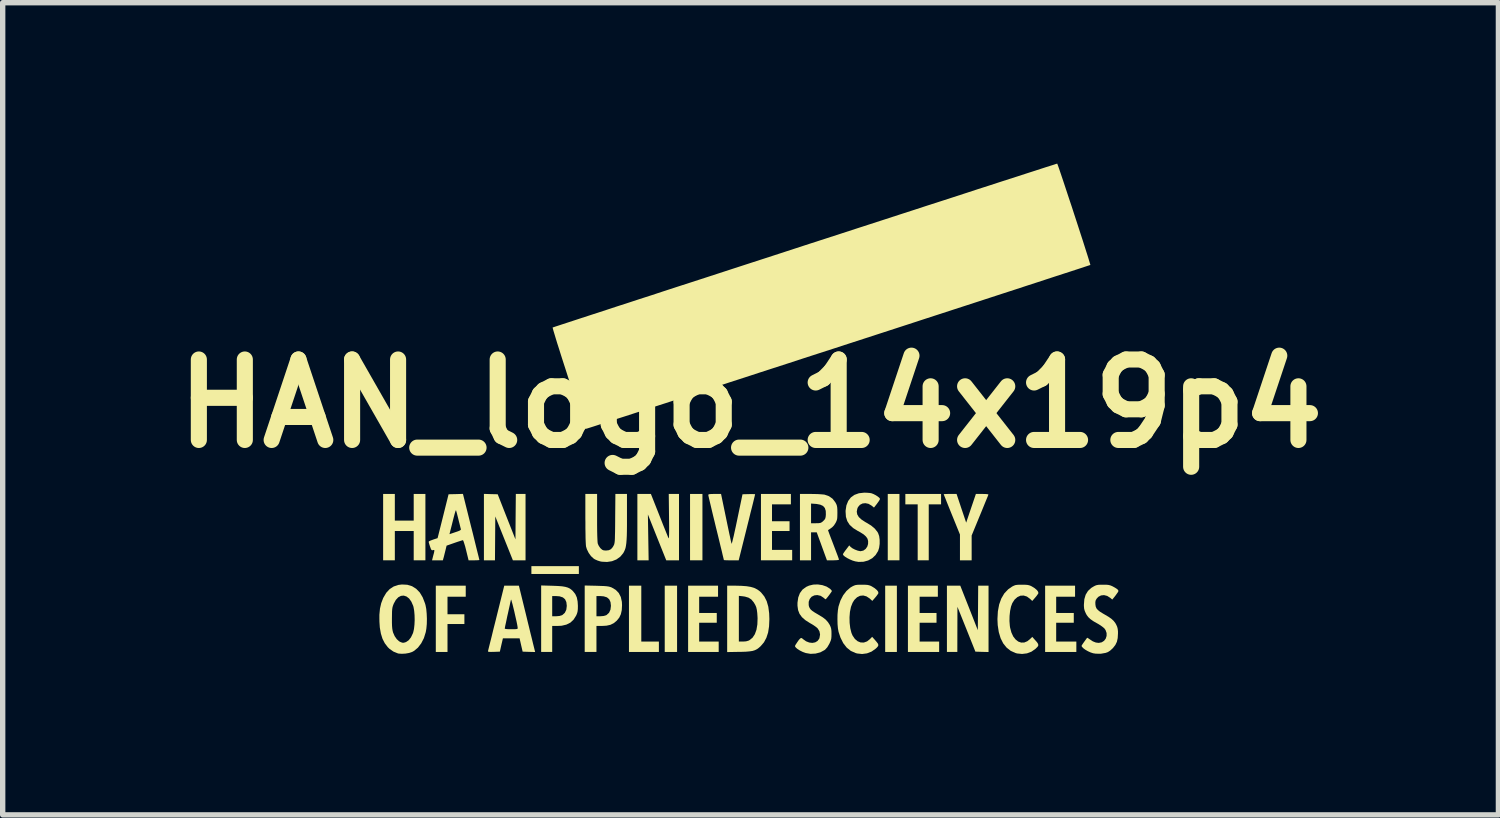
<source format=kicad_pcb>
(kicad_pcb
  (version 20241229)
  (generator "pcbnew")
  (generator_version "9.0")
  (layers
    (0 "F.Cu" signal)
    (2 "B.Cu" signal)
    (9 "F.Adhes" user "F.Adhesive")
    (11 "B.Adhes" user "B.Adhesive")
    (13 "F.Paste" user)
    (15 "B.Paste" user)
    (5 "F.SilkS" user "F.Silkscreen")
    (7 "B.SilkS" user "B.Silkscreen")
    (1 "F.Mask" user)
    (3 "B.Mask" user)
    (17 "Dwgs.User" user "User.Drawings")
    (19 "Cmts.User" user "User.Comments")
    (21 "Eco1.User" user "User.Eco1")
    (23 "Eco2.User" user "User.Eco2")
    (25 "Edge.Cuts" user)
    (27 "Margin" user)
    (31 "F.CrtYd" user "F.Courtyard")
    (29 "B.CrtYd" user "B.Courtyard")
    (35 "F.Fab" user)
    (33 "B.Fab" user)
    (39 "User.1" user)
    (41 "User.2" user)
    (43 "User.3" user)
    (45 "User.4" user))
  (footprint "HAN_logo_14x19p4"
    (layer "F.Cu")
    (at 10.943 4.474)
    (property "Reference" "HAN_logo_14x19p4" (at 0 0 0) (layer "F.SilkS") (effects (font (size 1.5 1.5) (thickness 0.3))))
    (attr board_only exclude_from_pos_files exclude_from_bom)
    (fp_poly (pts (xy -3.201 3.104) (xy -3.201 3.177) (xy -3.643 3.177) (xy -4.086 3.177) (xy -4.086 3.104) (xy -4.086 3.031) (xy -3.643 3.031) (xy -3.201 3.031)) (stroke (width 0) (type solid)) (fill yes) (layer "F.SilkS"))
    (fp_poly (pts (xy -1.37 4.013) (xy -1.37 4.631) (xy -1.485 4.631) (xy -1.6 4.631) (xy -1.6 4.013) (xy -1.6 3.395) (xy -1.485 3.395) (xy -1.37 3.395)) (stroke (width 0) (type solid)) (fill yes) (layer "F.SilkS"))
    (fp_poly (pts (xy -0.897 2.304) (xy -0.897 2.922) (xy -1.012 2.922) (xy -1.128 2.922) (xy -1.128 2.304) (xy -1.128 1.685) (xy -1.012 1.685) (xy -0.897 1.685)) (stroke (width 0) (type solid)) (fill yes) (layer "F.SilkS"))
    (fp_poly (pts (xy 2.728 4.013) (xy 2.728 4.631) (xy 2.619 4.631) (xy 2.51 4.631) (xy 2.51 4.013) (xy 2.51 3.395) (xy 2.619 3.395) (xy 2.728 3.395)) (stroke (width 0) (type solid)) (fill yes) (layer "F.SilkS"))
    (fp_poly (pts (xy 2.776 2.304) (xy 2.776 2.922) (xy 2.667 2.922) (xy 2.558 2.922) (xy 2.558 2.304) (xy 2.558 1.685) (xy 2.667 1.685) (xy 2.776 1.685)) (stroke (width 0) (type solid)) (fill yes) (layer "F.SilkS"))
    (fp_poly (pts (xy -2.037 3.916) (xy -2.037 4.437) (xy -1.873 4.437) (xy -1.709 4.437) (xy -1.709 4.534) (xy -1.709 4.631) (xy -1.988 4.631) (xy -2.267 4.631) (xy -2.267 4.013) (xy -2.267 3.395) (xy -2.152 3.395) (xy -2.037 3.395)) (stroke (width 0) (type solid)) (fill yes) (layer "F.SilkS"))
    (fp_poly (pts (xy 3.552 1.782) (xy 3.552 1.879) (xy 3.437 1.879) (xy 3.322 1.879) (xy 3.322 2.401) (xy 3.322 2.922) (xy 3.219 2.922) (xy 3.116 2.922) (xy 3.116 2.401) (xy 3.116 1.879) (xy 3.001 1.879) (xy 2.886 1.879) (xy 2.886 1.782) (xy 2.886 1.685) (xy 3.219 1.685) (xy 3.552 1.685)) (stroke (width 0) (type solid)) (fill yes) (layer "F.SilkS"))
    (fp_poly (pts (xy -5.31 3.498) (xy -5.31 3.601) (xy -5.48 3.601) (xy -5.65 3.601) (xy -5.65 3.765) (xy -5.65 3.928) (xy -5.492 3.928) (xy -5.335 3.928) (xy -5.335 4.019) (xy -5.335 4.11) (xy -5.492 4.11) (xy -5.65 4.11) (xy -5.65 4.371) (xy -5.65 4.631) (xy -5.759 4.631) (xy -5.868 4.631) (xy -5.868 4.013) (xy -5.868 3.395) (xy -5.589 3.395) (xy -5.31 3.395)) (stroke (width 0) (type solid)) (fill yes) (layer "F.SilkS"))
    (fp_poly (pts (xy -4.843 1.688) (xy -4.714 1.691) (xy -4.549 2.112) (xy -4.383 2.532) (xy -4.38 2.109) (xy -4.376 1.685) (xy -4.286 1.685) (xy -4.195 1.685) (xy -4.195 2.304) (xy -4.195 2.922) (xy -4.313 2.922) (xy -4.431 2.922) (xy -4.595 2.513) (xy -4.759 2.104) (xy -4.762 2.513) (xy -4.765 2.922) (xy -4.868 2.922) (xy -4.971 2.922) (xy -4.971 2.303) (xy -4.971 1.684)) (stroke (width 0) (type solid)) (fill yes) (layer "F.SilkS"))
    (fp_poly (pts (xy 4.437 4.014) (xy 4.437 4.632) (xy 4.315 4.629) (xy 4.192 4.625) (xy 4.025 4.207) (xy 3.857 3.789) (xy 3.856 4.21) (xy 3.855 4.631) (xy 3.758 4.631) (xy 3.661 4.631) (xy 3.661 4.013) (xy 3.661 3.395) (xy 3.786 3.395) (xy 3.91 3.395) (xy 4.074 3.81) (xy 4.237 4.225) (xy 4.241 3.81) (xy 4.244 3.395) (xy 4.341 3.395) (xy 4.437 3.395)) (stroke (width 0) (type solid)) (fill yes) (layer "F.SilkS"))
    (fp_poly (pts (xy -6.632 1.934) (xy -6.632 2.182) (xy -6.456 2.182) (xy -6.28 2.182) (xy -6.28 1.934) (xy -6.28 1.685) (xy -6.171 1.685) (xy -6.062 1.685) (xy -6.062 2.304) (xy -6.062 2.922) (xy -6.171 2.922) (xy -6.28 2.922) (xy -6.28 2.649) (xy -6.28 2.376) (xy -6.456 2.376) (xy -6.632 2.376) (xy -6.632 2.649) (xy -6.632 2.922) (xy -6.741 2.922) (xy -6.85 2.922) (xy -6.85 2.304) (xy -6.85 1.685) (xy -6.741 1.685) (xy -6.632 1.685)) (stroke (width 0) (type solid)) (fill yes) (layer "F.SilkS"))
    (fp_poly (pts (xy -0.606 3.498) (xy -0.606 3.601) (xy -0.782 3.601) (xy -0.958 3.601) (xy -0.958 3.752) (xy -0.958 3.904) (xy -0.794 3.904) (xy -0.63 3.904) (xy -0.63 3.995) (xy -0.63 4.086) (xy -0.794 4.086) (xy -0.958 4.086) (xy -0.958 4.262) (xy -0.958 4.437) (xy -0.776 4.437) (xy -0.594 4.437) (xy -0.594 4.534) (xy -0.594 4.631) (xy -0.879 4.631) (xy -1.164 4.631) (xy -1.164 4.013) (xy -1.164 3.395) (xy -0.885 3.395) (xy -0.606 3.395)) (stroke (width 0) (type solid)) (fill yes) (layer "F.SilkS"))
    (fp_poly (pts (xy 0.752 1.782) (xy 0.752 1.879) (xy 0.576 1.879) (xy 0.4 1.879) (xy 0.4 2.037) (xy 0.4 2.194) (xy 0.564 2.194) (xy 0.727 2.194) (xy 0.727 2.285) (xy 0.727 2.376) (xy 0.564 2.376) (xy 0.4 2.376) (xy 0.4 2.552) (xy 0.4 2.728) (xy 0.588 2.728) (xy 0.776 2.728) (xy 0.776 2.825) (xy 0.776 2.922) (xy 0.485 2.922) (xy 0.194 2.922) (xy 0.194 2.304) (xy 0.194 1.685) (xy 0.473 1.685) (xy 0.752 1.685)) (stroke (width 0) (type solid)) (fill yes) (layer "F.SilkS"))
    (fp_poly (pts (xy 3.492 3.498) (xy 3.492 3.601) (xy 3.322 3.601) (xy 3.152 3.601) (xy 3.152 3.752) (xy 3.152 3.904) (xy 3.31 3.904) (xy 3.467 3.904) (xy 3.467 3.995) (xy 3.467 4.086) (xy 3.31 4.086) (xy 3.152 4.086) (xy 3.152 4.262) (xy 3.152 4.437) (xy 3.334 4.437) (xy 3.516 4.437) (xy 3.516 4.534) (xy 3.516 4.631) (xy 3.225 4.631) (xy 2.934 4.631) (xy 2.934 4.013) (xy 2.934 3.395) (xy 3.213 3.395) (xy 3.492 3.395)) (stroke (width 0) (type solid)) (fill yes) (layer "F.SilkS"))
    (fp_poly (pts (xy 6.05 3.498) (xy 6.05 3.601) (xy 5.874 3.601) (xy 5.698 3.601) (xy 5.698 3.752) (xy 5.698 3.904) (xy 5.862 3.904) (xy 6.026 3.904) (xy 6.026 3.995) (xy 6.026 4.086) (xy 5.862 4.086) (xy 5.698 4.086) (xy 5.698 4.262) (xy 5.698 4.437) (xy 5.886 4.437) (xy 6.074 4.437) (xy 6.074 4.534) (xy 6.074 4.631) (xy 5.783 4.631) (xy 5.492 4.631) (xy 5.492 4.013) (xy 5.492 3.395) (xy 5.771 3.395) (xy 6.05 3.395)) (stroke (width 0) (type solid)) (fill yes) (layer "F.SilkS"))
    (fp_poly (pts (xy -1.703 2.076) (xy -1.666 2.17) (xy -1.632 2.257) (xy -1.6 2.336) (xy -1.573 2.403) (xy -1.552 2.455) (xy -1.538 2.49) (xy -1.532 2.504) (xy -1.528 2.511) (xy -1.524 2.509) (xy -1.522 2.497) (xy -1.52 2.472) (xy -1.519 2.433) (xy -1.518 2.377) (xy -1.518 2.302) (xy -1.519 2.207) (xy -1.52 2.113) (xy -1.525 1.685) (xy -1.429 1.685) (xy -1.334 1.685) (xy -1.334 2.304) (xy -1.334 2.922) (xy -1.453 2.922) (xy -1.572 2.922) (xy -1.743 2.495) (xy -1.914 2.067) (xy -1.907 2.495) (xy -1.9 2.922) (xy -2.005 2.922) (xy -2.11 2.922) (xy -2.11 2.304) (xy -2.11 1.685) (xy -1.984 1.685) (xy -1.858 1.685)) (stroke (width 0) (type solid)) (fill yes) (layer "F.SilkS"))
    (fp_poly (pts (xy 3.93 1.953) (xy 4.02 2.22) (xy 4.11 1.953) (xy 4.201 1.685) (xy 4.321 1.685) (xy 4.378 1.686) (xy 4.413 1.689) (xy 4.431 1.693) (xy 4.434 1.7) (xy 4.428 1.715) (xy 4.414 1.749) (xy 4.393 1.8) (xy 4.366 1.866) (xy 4.335 1.942) (xy 4.3 2.028) (xy 4.275 2.088) (xy 4.122 2.46) (xy 4.122 2.691) (xy 4.122 2.922) (xy 4.013 2.922) (xy 3.904 2.922) (xy 3.904 2.682) (xy 3.904 2.441) (xy 3.752 2.067) (xy 3.716 1.978) (xy 3.683 1.896) (xy 3.654 1.824) (xy 3.631 1.765) (xy 3.613 1.721) (xy 3.603 1.695) (xy 3.601 1.689) (xy 3.612 1.688) (xy 3.642 1.686) (xy 3.687 1.685) (xy 3.721 1.685) (xy 3.841 1.685)) (stroke (width 0) (type solid)) (fill yes) (layer "F.SilkS"))
    (fp_poly (pts (xy -3.689 3.397) (xy -3.591 3.401) (xy -3.514 3.407) (xy -3.454 3.417) (xy -3.406 3.431) (xy -3.367 3.45) (xy -3.333 3.476) (xy -3.312 3.496) (xy -3.268 3.551) (xy -3.239 3.614) (xy -3.224 3.69) (xy -3.219 3.771) (xy -3.22 3.829) (xy -3.224 3.871) (xy -3.232 3.904) (xy -3.245 3.938) (xy -3.253 3.955) (xy -3.3 4.029) (xy -3.359 4.084) (xy -3.433 4.121) (xy -3.522 4.142) (xy -3.603 4.146) (xy -3.698 4.146) (xy -3.698 4.389) (xy -3.698 4.631) (xy -3.801 4.631) (xy -3.904 4.631) (xy -3.904 4.011) (xy -3.904 3.589) (xy -3.698 3.589) (xy -3.698 3.777) (xy -3.698 3.965) (xy -3.622 3.965) (xy -3.563 3.96) (xy -3.519 3.947) (xy -3.507 3.941) (xy -3.462 3.9) (xy -3.435 3.843) (xy -3.426 3.771) (xy -3.434 3.701) (xy -3.458 3.649) (xy -3.499 3.614) (xy -3.559 3.594) (xy -3.624 3.589) (xy -3.698 3.589) (xy -3.904 3.589) (xy -3.904 3.391)) (stroke (width 0) (type solid)) (fill yes) (layer "F.SilkS"))
    (fp_poly (pts (xy -2.87 3.397) (xy -2.789 3.4) (xy -2.728 3.402) (xy -2.682 3.406) (xy -2.647 3.411) (xy -2.619 3.418) (xy -2.594 3.427) (xy -2.587 3.43) (xy -2.513 3.474) (xy -2.457 3.532) (xy -2.419 3.606) (xy -2.399 3.696) (xy -2.396 3.758) (xy -2.401 3.851) (xy -2.418 3.927) (xy -2.448 3.991) (xy -2.495 4.048) (xy -2.498 4.051) (xy -2.552 4.095) (xy -2.613 4.125) (xy -2.686 4.141) (xy -2.776 4.146) (xy -2.779 4.146) (xy -2.873 4.146) (xy -2.873 4.389) (xy -2.873 4.631) (xy -2.983 4.631) (xy -3.092 4.631) (xy -3.092 4.011) (xy -3.092 3.589) (xy -2.873 3.589) (xy -2.873 3.777) (xy -2.873 3.965) (xy -2.798 3.965) (xy -2.738 3.96) (xy -2.694 3.947) (xy -2.683 3.941) (xy -2.638 3.9) (xy -2.612 3.843) (xy -2.603 3.77) (xy -2.611 3.701) (xy -2.635 3.649) (xy -2.677 3.613) (xy -2.737 3.594) (xy -2.799 3.589) (xy -2.873 3.589) (xy -3.092 3.589) (xy -3.092 3.392)) (stroke (width 0) (type solid)) (fill yes) (layer "F.SilkS"))
    (fp_poly (pts (xy -0.288 3.395) (xy -0.171 3.398) (xy -0.075 3.405) (xy 0.004 3.418) (xy 0.07 3.438) (xy 0.126 3.466) (xy 0.175 3.502) (xy 0.198 3.524) (xy 0.257 3.597) (xy 0.301 3.684) (xy 0.331 3.788) (xy 0.347 3.91) (xy 0.351 4.019) (xy 0.345 4.154) (xy 0.327 4.269) (xy 0.295 4.367) (xy 0.25 4.451) (xy 0.192 4.519) (xy 0.155 4.553) (xy 0.119 4.579) (xy 0.081 4.598) (xy 0.036 4.612) (xy -0.019 4.62) (xy -0.088 4.626) (xy -0.177 4.629) (xy -0.209 4.629) (xy -0.436 4.633) (xy -0.436 4.014) (xy -0.436 3.585) (xy -0.218 3.585) (xy -0.218 4.011) (xy -0.218 4.437) (xy -0.142 4.437) (xy -0.084 4.433) (xy -0.038 4.42) (xy -0.019 4.41) (xy 0.037 4.365) (xy 0.08 4.3) (xy 0.11 4.217) (xy 0.127 4.117) (xy 0.131 4.001) (xy 0.13 3.983) (xy 0.125 3.904) (xy 0.117 3.844) (xy 0.106 3.796) (xy 0.088 3.754) (xy 0.063 3.712) (xy 0.057 3.703) (xy 0.014 3.652) (xy -0.037 3.619) (xy -0.103 3.599) (xy -0.143 3.593) (xy -0.218 3.585) (xy -0.436 3.585) (xy -0.436 3.395)) (stroke (width 0) (type solid)) (fill yes) (layer "F.SilkS"))
    (fp_poly (pts (xy -0.455 2.143) (xy -0.434 2.245) (xy -0.414 2.34) (xy -0.396 2.426) (xy -0.38 2.498) (xy -0.368 2.556) (xy -0.358 2.595) (xy -0.353 2.614) (xy -0.353 2.615) (xy -0.349 2.607) (xy -0.341 2.578) (xy -0.329 2.529) (xy -0.313 2.464) (xy -0.296 2.385) (xy -0.276 2.295) (xy -0.255 2.195) (xy -0.248 2.161) (xy -0.15 1.691) (xy -0.033 1.688) (xy 0.017 1.687) (xy 0.057 1.688) (xy 0.08 1.689) (xy 0.085 1.691) (xy 0.082 1.704) (xy 0.074 1.738) (xy 0.061 1.791) (xy 0.044 1.861) (xy 0.023 1.945) (xy -0.002 2.042) (xy -0.028 2.15) (xy -0.057 2.265) (xy -0.068 2.31) (xy -0.221 2.922) (xy -0.359 2.922) (xy -0.414 2.922) (xy -0.458 2.921) (xy -0.487 2.919) (xy -0.497 2.918) (xy -0.5 2.905) (xy -0.508 2.872) (xy -0.521 2.819) (xy -0.537 2.749) (xy -0.558 2.665) (xy -0.581 2.569) (xy -0.607 2.462) (xy -0.635 2.348) (xy -0.643 2.317) (xy -0.671 2.2) (xy -0.698 2.09) (xy -0.722 1.989) (xy -0.743 1.9) (xy -0.761 1.825) (xy -0.775 1.765) (xy -0.784 1.725) (xy -0.788 1.704) (xy -0.788 1.703) (xy -0.783 1.694) (xy -0.767 1.689) (xy -0.735 1.686) (xy -0.684 1.685) (xy -0.669 1.685) (xy -0.55 1.685)) (stroke (width 0) (type solid)) (fill yes) (layer "F.SilkS"))
    (fp_poly (pts (xy 5.121 3.378) (xy 5.162 3.381) (xy 5.195 3.388) (xy 5.224 3.399) (xy 5.244 3.409) (xy 5.296 3.441) (xy 5.336 3.475) (xy 5.36 3.506) (xy 5.367 3.533) (xy 5.366 3.536) (xy 5.354 3.556) (xy 5.331 3.588) (xy 5.305 3.619) (xy 5.252 3.68) (xy 5.211 3.641) (xy 5.153 3.598) (xy 5.092 3.579) (xy 5.032 3.582) (xy 4.975 3.608) (xy 4.923 3.654) (xy 4.88 3.72) (xy 4.856 3.785) (xy 4.839 3.867) (xy 4.829 3.959) (xy 4.827 4.054) (xy 4.834 4.145) (xy 4.839 4.178) (xy 4.863 4.268) (xy 4.897 4.342) (xy 4.941 4.398) (xy 4.991 4.437) (xy 5.045 4.456) (xy 5.102 4.455) (xy 5.16 4.431) (xy 5.209 4.392) (xy 5.252 4.35) (xy 5.305 4.409) (xy 5.342 4.451) (xy 5.361 4.482) (xy 5.365 4.508) (xy 5.352 4.533) (xy 5.322 4.563) (xy 5.312 4.573) (xy 5.238 4.625) (xy 5.154 4.657) (xy 5.063 4.668) (xy 4.97 4.659) (xy 4.938 4.65) (xy 4.85 4.61) (xy 4.774 4.55) (xy 4.711 4.472) (xy 4.662 4.375) (xy 4.628 4.261) (xy 4.608 4.131) (xy 4.603 4.019) (xy 4.611 3.874) (xy 4.635 3.745) (xy 4.675 3.634) (xy 4.731 3.539) (xy 4.803 3.463) (xy 4.876 3.412) (xy 4.908 3.396) (xy 4.936 3.385) (xy 4.967 3.38) (xy 5.009 3.377) (xy 5.062 3.377)) (stroke (width 0) (type solid)) (fill yes) (layer "F.SilkS"))
    (fp_poly (pts (xy -2.861 2.125) (xy -2.861 2.257) (xy -2.86 2.37) (xy -2.858 2.463) (xy -2.855 2.536) (xy -2.852 2.586) (xy -2.848 2.612) (xy -2.83 2.652) (xy -2.803 2.691) (xy -2.795 2.7) (xy -2.765 2.726) (xy -2.737 2.737) (xy -2.697 2.74) (xy -2.695 2.74) (xy -2.642 2.734) (xy -2.602 2.714) (xy -2.568 2.675) (xy -2.555 2.651) (xy -2.548 2.638) (xy -2.542 2.624) (xy -2.538 2.606) (xy -2.534 2.584) (xy -2.531 2.553) (xy -2.529 2.512) (xy -2.528 2.457) (xy -2.526 2.387) (xy -2.525 2.299) (xy -2.524 2.19) (xy -2.524 2.143) (xy -2.52 1.685) (xy -2.412 1.685) (xy -2.304 1.685) (xy -2.304 2.125) (xy -2.304 2.258) (xy -2.305 2.37) (xy -2.307 2.463) (xy -2.311 2.539) (xy -2.316 2.601) (xy -2.323 2.651) (xy -2.331 2.692) (xy -2.343 2.727) (xy -2.357 2.758) (xy -2.373 2.788) (xy -2.373 2.788) (xy -2.429 2.855) (xy -2.5 2.906) (xy -2.583 2.939) (xy -2.675 2.953) (xy -2.773 2.948) (xy -2.804 2.942) (xy -2.854 2.926) (xy -2.903 2.904) (xy -2.925 2.89) (xy -2.974 2.845) (xy -3.018 2.784) (xy -3.052 2.715) (xy -3.067 2.665) (xy -3.07 2.637) (xy -3.073 2.586) (xy -3.076 2.515) (xy -3.077 2.427) (xy -3.079 2.323) (xy -3.079 2.205) (xy -3.08 2.145) (xy -3.08 1.685) (xy -2.97 1.685) (xy -2.861 1.685)) (stroke (width 0) (type solid)) (fill yes) (layer "F.SilkS"))
    (fp_poly (pts (xy 2.138 3.378) (xy 2.18 3.381) (xy 2.212 3.388) (xy 2.242 3.399) (xy 2.261 3.409) (xy 2.313 3.441) (xy 2.353 3.475) (xy 2.378 3.506) (xy 2.384 3.533) (xy 2.383 3.536) (xy 2.371 3.556) (xy 2.348 3.588) (xy 2.323 3.618) (xy 2.27 3.679) (xy 2.221 3.634) (xy 2.162 3.595) (xy 2.101 3.578) (xy 2.041 3.584) (xy 1.985 3.612) (xy 1.935 3.661) (xy 1.902 3.714) (xy 1.872 3.791) (xy 1.853 3.884) (xy 1.845 3.985) (xy 1.847 4.089) (xy 1.859 4.188) (xy 1.881 4.276) (xy 1.902 4.325) (xy 1.945 4.388) (xy 1.996 4.431) (xy 2.053 4.454) (xy 2.113 4.455) (xy 2.172 4.434) (xy 2.225 4.392) (xy 2.267 4.349) (xy 2.315 4.402) (xy 2.353 4.447) (xy 2.376 4.478) (xy 2.383 4.503) (xy 2.375 4.525) (xy 2.353 4.551) (xy 2.33 4.572) (xy 2.256 4.624) (xy 2.171 4.657) (xy 2.08 4.669) (xy 1.986 4.659) (xy 1.956 4.65) (xy 1.869 4.611) (xy 1.793 4.55) (xy 1.729 4.468) (xy 1.677 4.365) (xy 1.641 4.256) (xy 1.629 4.193) (xy 1.622 4.114) (xy 1.62 4.027) (xy 1.621 3.938) (xy 1.628 3.856) (xy 1.639 3.788) (xy 1.641 3.78) (xy 1.676 3.672) (xy 1.726 3.575) (xy 1.788 3.494) (xy 1.86 3.431) (xy 1.897 3.409) (xy 1.928 3.394) (xy 1.957 3.384) (xy 1.991 3.379) (xy 2.037 3.377) (xy 2.079 3.377)) (stroke (width 0) (type solid)) (fill yes) (layer "F.SilkS"))
    (fp_poly (pts (xy -4.207 3.852) (xy -4.18 3.962) (xy -4.154 4.071) (xy -4.128 4.176) (xy -4.105 4.272) (xy -4.084 4.356) (xy -4.067 4.425) (xy -4.056 4.471) (xy -4.016 4.632) (xy -4.132 4.629) (xy -4.249 4.625) (xy -4.278 4.501) (xy -4.306 4.377) (xy -4.462 4.377) (xy -4.617 4.377) (xy -4.646 4.501) (xy -4.674 4.625) (xy -4.787 4.629) (xy -4.84 4.63) (xy -4.873 4.629) (xy -4.89 4.626) (xy -4.895 4.619) (xy -4.894 4.611) (xy -4.89 4.595) (xy -4.881 4.558) (xy -4.867 4.502) (xy -4.849 4.43) (xy -4.827 4.343) (xy -4.803 4.244) (xy -4.791 4.195) (xy -4.583 4.195) (xy -4.571 4.201) (xy -4.54 4.205) (xy -4.492 4.207) (xy -4.462 4.207) (xy -4.406 4.207) (xy -4.371 4.205) (xy -4.351 4.201) (xy -4.342 4.194) (xy -4.341 4.186) (xy -4.344 4.161) (xy -4.351 4.12) (xy -4.362 4.066) (xy -4.376 4.004) (xy -4.391 3.938) (xy -4.406 3.87) (xy -4.422 3.806) (xy -4.436 3.748) (xy -4.449 3.702) (xy -4.458 3.669) (xy -4.464 3.655) (xy -4.466 3.655) (xy -4.471 3.675) (xy -4.48 3.713) (xy -4.491 3.766) (xy -4.505 3.828) (xy -4.52 3.897) (xy -4.536 3.967) (xy -4.55 4.035) (xy -4.563 4.096) (xy -4.574 4.145) (xy -4.58 4.18) (xy -4.583 4.195) (xy -4.791 4.195) (xy -4.776 4.136) (xy -4.747 4.021) (xy -4.74 3.992) (xy -4.592 3.395) (xy -4.455 3.395) (xy -4.319 3.395)) (stroke (width 0) (type solid)) (fill yes) (layer "F.SilkS"))
    (fp_poly (pts (xy 1.193 1.686) (xy 1.262 1.688) (xy 1.321 1.692) (xy 1.365 1.696) (xy 1.38 1.698) (xy 1.462 1.727) (xy 1.529 1.774) (xy 1.58 1.84) (xy 1.582 1.844) (xy 1.599 1.875) (xy 1.609 1.903) (xy 1.615 1.933) (xy 1.618 1.973) (xy 1.619 2.029) (xy 1.619 2.037) (xy 1.618 2.096) (xy 1.616 2.137) (xy 1.61 2.168) (xy 1.6 2.195) (xy 1.585 2.226) (xy 1.582 2.23) (xy 1.555 2.272) (xy 1.521 2.307) (xy 1.474 2.341) (xy 1.445 2.359) (xy 1.448 2.371) (xy 1.459 2.402) (xy 1.476 2.449) (xy 1.499 2.509) (xy 1.526 2.579) (xy 1.545 2.629) (xy 1.574 2.705) (xy 1.6 2.774) (xy 1.622 2.832) (xy 1.638 2.876) (xy 1.647 2.903) (xy 1.649 2.909) (xy 1.637 2.916) (xy 1.604 2.92) (xy 1.551 2.922) (xy 1.536 2.922) (xy 1.424 2.922) (xy 1.383 2.81) (xy 1.362 2.752) (xy 1.336 2.681) (xy 1.309 2.606) (xy 1.288 2.549) (xy 1.234 2.401) (xy 1.181 2.401) (xy 1.128 2.401) (xy 1.128 2.661) (xy 1.128 2.922) (xy 1.024 2.922) (xy 0.921 2.922) (xy 0.921 2.304) (xy 0.921 1.864) (xy 1.128 1.864) (xy 1.128 2.047) (xy 1.128 2.231) (xy 1.219 2.231) (xy 1.266 2.23) (xy 1.298 2.226) (xy 1.32 2.217) (xy 1.343 2.201) (xy 1.354 2.19) (xy 1.379 2.165) (xy 1.393 2.142) (xy 1.4 2.113) (xy 1.404 2.071) (xy 1.402 2.001) (xy 1.385 1.947) (xy 1.352 1.909) (xy 1.3 1.885) (xy 1.228 1.871) (xy 1.209 1.87) (xy 1.128 1.864) (xy 0.921 1.864) (xy 0.921 1.685) (xy 1.121 1.685)) (stroke (width 0) (type solid)) (fill yes) (layer "F.SilkS"))
    (fp_poly (pts (xy 2.177 1.663) (xy 2.225 1.667) (xy 2.256 1.673) (xy 2.294 1.688) (xy 2.335 1.709) (xy 2.373 1.734) (xy 2.401 1.757) (xy 2.413 1.776) (xy 2.413 1.777) (xy 2.406 1.796) (xy 2.387 1.826) (xy 2.36 1.863) (xy 2.357 1.868) (xy 2.301 1.939) (xy 2.254 1.901) (xy 2.199 1.869) (xy 2.141 1.857) (xy 2.087 1.863) (xy 2.039 1.888) (xy 2.003 1.93) (xy 1.991 1.958) (xy 1.98 2.015) (xy 1.989 2.067) (xy 2.018 2.116) (xy 2.068 2.162) (xy 2.141 2.21) (xy 2.158 2.219) (xy 2.248 2.274) (xy 2.317 2.332) (xy 2.366 2.394) (xy 2.378 2.415) (xy 2.398 2.471) (xy 2.407 2.541) (xy 2.407 2.616) (xy 2.397 2.689) (xy 2.378 2.749) (xy 2.331 2.824) (xy 2.269 2.883) (xy 2.193 2.925) (xy 2.107 2.949) (xy 2.015 2.952) (xy 1.952 2.942) (xy 1.902 2.927) (xy 1.85 2.905) (xy 1.801 2.88) (xy 1.76 2.854) (xy 1.732 2.83) (xy 1.722 2.811) (xy 1.728 2.796) (xy 1.747 2.768) (xy 1.773 2.732) (xy 1.781 2.722) (xy 1.84 2.644) (xy 1.862 2.669) (xy 1.897 2.697) (xy 1.945 2.722) (xy 1.998 2.742) (xy 2.045 2.752) (xy 2.052 2.752) (xy 2.103 2.741) (xy 2.146 2.71) (xy 2.177 2.665) (xy 2.191 2.616) (xy 2.192 2.564) (xy 2.18 2.519) (xy 2.152 2.479) (xy 2.108 2.439) (xy 2.043 2.398) (xy 2 2.375) (xy 1.913 2.321) (xy 1.847 2.26) (xy 1.803 2.191) (xy 1.778 2.111) (xy 1.772 2.017) (xy 1.772 1.996) (xy 1.787 1.898) (xy 1.82 1.816) (xy 1.87 1.75) (xy 1.937 1.702) (xy 2.02 1.672) (xy 2.118 1.661) (xy 2.127 1.661)) (stroke (width 0) (type solid)) (fill yes) (layer "F.SilkS"))
    (fp_poly (pts (xy -6.4 3.378) (xy -6.311 3.405) (xy -6.234 3.453) (xy -6.167 3.522) (xy -6.113 3.612) (xy -6.07 3.723) (xy -6.06 3.757) (xy -6.046 3.829) (xy -6.038 3.917) (xy -6.034 4.013) (xy -6.036 4.109) (xy -6.044 4.196) (xy -6.055 4.26) (xy -6.09 4.373) (xy -6.14 4.47) (xy -6.201 4.55) (xy -6.272 4.61) (xy -6.31 4.631) (xy -6.364 4.649) (xy -6.431 4.661) (xy -6.5 4.665) (xy -6.561 4.661) (xy -6.577 4.657) (xy -6.658 4.624) (xy -6.732 4.572) (xy -6.762 4.543) (xy -6.819 4.469) (xy -6.862 4.385) (xy -6.892 4.288) (xy -6.912 4.174) (xy -6.919 4.068) (xy -6.92 4.007) (xy -6.686 4.007) (xy -6.686 4.087) (xy -6.684 4.148) (xy -6.68 4.194) (xy -6.674 4.231) (xy -6.666 4.264) (xy -6.664 4.27) (xy -6.635 4.336) (xy -6.596 4.392) (xy -6.552 4.432) (xy -6.53 4.444) (xy -6.494 4.458) (xy -6.465 4.459) (xy -6.431 4.449) (xy -6.421 4.445) (xy -6.373 4.412) (xy -6.331 4.358) (xy -6.296 4.285) (xy -6.289 4.265) (xy -6.275 4.203) (xy -6.266 4.124) (xy -6.262 4.037) (xy -6.264 3.948) (xy -6.271 3.865) (xy -6.283 3.796) (xy -6.289 3.773) (xy -6.324 3.693) (xy -6.366 3.634) (xy -6.414 3.597) (xy -6.466 3.58) (xy -6.517 3.585) (xy -6.567 3.611) (xy -6.613 3.66) (xy -6.652 3.73) (xy -6.657 3.743) (xy -6.668 3.772) (xy -6.676 3.801) (xy -6.681 3.834) (xy -6.684 3.876) (xy -6.685 3.933) (xy -6.686 4.007) (xy -6.92 4.007) (xy -6.92 3.937) (xy -6.909 3.823) (xy -6.886 3.722) (xy -6.85 3.628) (xy -6.846 3.62) (xy -6.792 3.528) (xy -6.728 3.459) (xy -6.653 3.41) (xy -6.565 3.381) (xy -6.499 3.373)) (stroke (width 0) (type solid)) (fill yes) (layer "F.SilkS"))
    (fp_poly (pts (xy -5.209 2.297) (xy -5.179 2.415) (xy -5.152 2.525) (xy -5.127 2.627) (xy -5.105 2.716) (xy -5.086 2.792) (xy -5.071 2.851) (xy -5.061 2.893) (xy -5.056 2.914) (xy -5.056 2.916) (xy -5.067 2.919) (xy -5.097 2.921) (xy -5.139 2.922) (xy -5.156 2.922) (xy -5.257 2.922) (xy -5.303 2.734) (xy -5.32 2.666) (xy -5.337 2.611) (xy -5.35 2.571) (xy -5.36 2.549) (xy -5.363 2.547) (xy -5.379 2.551) (xy -5.414 2.562) (xy -5.461 2.577) (xy -5.516 2.596) (xy -5.522 2.598) (xy -5.667 2.649) (xy -5.689 2.74) (xy -5.702 2.791) (xy -5.714 2.84) (xy -5.723 2.875) (xy -5.724 2.876) (xy -5.736 2.922) (xy -5.837 2.922) (xy -5.938 2.922) (xy -5.916 2.834) (xy -5.902 2.783) (xy -5.896 2.751) (xy -5.895 2.734) (xy -5.902 2.729) (xy -5.915 2.731) (xy -5.922 2.733) (xy -5.938 2.735) (xy -5.95 2.727) (xy -5.961 2.706) (xy -5.975 2.667) (xy -5.976 2.665) (xy -5.989 2.624) (xy -5.998 2.592) (xy -6.001 2.576) (xy -5.991 2.566) (xy -5.963 2.553) (xy -5.923 2.538) (xy -5.918 2.536) (xy -5.835 2.509) (xy -5.816 2.435) (xy -5.613 2.435) (xy -5.504 2.398) (xy -5.451 2.38) (xy -5.419 2.366) (xy -5.403 2.354) (xy -5.4 2.343) (xy -5.4 2.342) (xy -5.406 2.322) (xy -5.415 2.285) (xy -5.427 2.236) (xy -5.438 2.194) (xy -5.452 2.136) (xy -5.466 2.081) (xy -5.477 2.038) (xy -5.483 2.019) (xy -5.486 2.005) (xy -5.489 1.995) (xy -5.492 1.99) (xy -5.495 1.991) (xy -5.5 2.002) (xy -5.507 2.023) (xy -5.517 2.057) (xy -5.53 2.106) (xy -5.547 2.172) (xy -5.568 2.257) (xy -5.595 2.362) (xy -5.605 2.403) (xy -5.613 2.435) (xy -5.816 2.435) (xy -5.732 2.1) (xy -5.63 1.691) (xy -5.496 1.688) (xy -5.362 1.684)) (stroke (width 0) (type solid)) (fill yes) (layer "F.SilkS"))
    (fp_poly (pts (xy 1.339 3.385) (xy 1.417 3.412) (xy 1.482 3.453) (xy 1.488 3.459) (xy 1.508 3.48) (xy 1.516 3.495) (xy 1.509 3.509) (xy 1.491 3.535) (xy 1.468 3.567) (xy 1.442 3.601) (xy 1.419 3.629) (xy 1.403 3.647) (xy 1.399 3.649) (xy 1.387 3.642) (xy 1.366 3.624) (xy 1.36 3.619) (xy 1.307 3.584) (xy 1.244 3.57) (xy 1.189 3.576) (xy 1.138 3.601) (xy 1.103 3.643) (xy 1.084 3.696) (xy 1.084 3.757) (xy 1.09 3.784) (xy 1.102 3.812) (xy 1.121 3.839) (xy 1.152 3.866) (xy 1.197 3.896) (xy 1.26 3.933) (xy 1.273 3.941) (xy 1.347 3.986) (xy 1.402 4.029) (xy 1.444 4.076) (xy 1.477 4.128) (xy 1.493 4.164) (xy 1.503 4.198) (xy 1.508 4.24) (xy 1.509 4.292) (xy 1.508 4.347) (xy 1.504 4.387) (xy 1.494 4.422) (xy 1.476 4.463) (xy 1.469 4.478) (xy 1.431 4.543) (xy 1.39 4.588) (xy 1.379 4.596) (xy 1.301 4.638) (xy 1.212 4.661) (xy 1.118 4.666) (xy 1.03 4.651) (xy 0.974 4.631) (xy 0.918 4.603) (xy 0.869 4.571) (xy 0.844 4.548) (xy 0.832 4.533) (xy 0.829 4.52) (xy 0.836 4.502) (xy 0.855 4.473) (xy 0.866 4.456) (xy 0.898 4.41) (xy 0.922 4.383) (xy 0.94 4.371) (xy 0.956 4.373) (xy 0.975 4.388) (xy 0.979 4.392) (xy 1.035 4.432) (xy 1.094 4.455) (xy 1.152 4.462) (xy 1.205 4.452) (xy 1.249 4.426) (xy 1.28 4.384) (xy 1.285 4.37) (xy 1.296 4.305) (xy 1.284 4.245) (xy 1.252 4.193) (xy 1.249 4.19) (xy 1.222 4.166) (xy 1.18 4.136) (xy 1.131 4.106) (xy 1.111 4.095) (xy 1.023 4.039) (xy 0.958 3.982) (xy 0.913 3.92) (xy 0.886 3.85) (xy 0.875 3.769) (xy 0.875 3.713) (xy 0.889 3.615) (xy 0.92 3.534) (xy 0.968 3.469) (xy 1.035 3.419) (xy 1.09 3.394) (xy 1.169 3.375) (xy 1.254 3.372)) (stroke (width 0) (type solid)) (fill yes) (layer "F.SilkS"))
    (fp_poly (pts (xy 6.629 3.377) (xy 6.671 3.381) (xy 6.705 3.389) (xy 6.738 3.402) (xy 6.754 3.41) (xy 6.794 3.432) (xy 6.828 3.454) (xy 6.844 3.467) (xy 6.856 3.483) (xy 6.858 3.498) (xy 6.847 3.519) (xy 6.834 3.537) (xy 6.807 3.575) (xy 6.779 3.611) (xy 6.773 3.618) (xy 6.744 3.654) (xy 6.706 3.622) (xy 6.649 3.586) (xy 6.59 3.571) (xy 6.534 3.577) (xy 6.484 3.603) (xy 6.452 3.638) (xy 6.434 3.67) (xy 6.428 3.702) (xy 6.429 3.744) (xy 6.435 3.784) (xy 6.449 3.818) (xy 6.475 3.848) (xy 6.514 3.88) (xy 6.571 3.915) (xy 6.602 3.933) (xy 6.675 3.976) (xy 6.729 4.014) (xy 6.769 4.051) (xy 6.8 4.091) (xy 6.819 4.125) (xy 6.836 4.164) (xy 6.845 4.201) (xy 6.85 4.247) (xy 6.85 4.286) (xy 6.845 4.372) (xy 6.83 4.441) (xy 6.801 4.501) (xy 6.757 4.557) (xy 6.748 4.566) (xy 6.703 4.607) (xy 6.662 4.633) (xy 6.621 4.648) (xy 6.531 4.664) (xy 6.437 4.663) (xy 6.386 4.655) (xy 6.338 4.639) (xy 6.288 4.616) (xy 6.241 4.589) (xy 6.202 4.56) (xy 6.178 4.534) (xy 6.171 4.518) (xy 6.178 4.503) (xy 6.197 4.474) (xy 6.224 4.436) (xy 6.256 4.392) (xy 6.275 4.366) (xy 6.286 4.37) (xy 6.309 4.385) (xy 6.319 4.392) (xy 6.381 4.433) (xy 6.437 4.455) (xy 6.491 4.462) (xy 6.547 4.451) (xy 6.591 4.423) (xy 6.622 4.382) (xy 6.638 4.332) (xy 6.638 4.278) (xy 6.619 4.224) (xy 6.596 4.191) (xy 6.568 4.167) (xy 6.527 4.137) (xy 6.479 4.107) (xy 6.464 4.099) (xy 6.392 4.058) (xy 6.338 4.02) (xy 6.298 3.983) (xy 6.267 3.942) (xy 6.249 3.908) (xy 6.23 3.864) (xy 6.219 3.823) (xy 6.215 3.774) (xy 6.215 3.748) (xy 6.223 3.647) (xy 6.248 3.563) (xy 6.291 3.493) (xy 6.352 3.437) (xy 6.391 3.413) (xy 6.424 3.395) (xy 6.453 3.385) (xy 6.486 3.379) (xy 6.53 3.377) (xy 6.571 3.377)) (stroke (width 0) (type solid)) (fill yes) (layer "F.SilkS"))
    (fp_poly (pts (xy 5.722 -4.462) (xy 5.734 -4.43) (xy 5.752 -4.379) (xy 5.775 -4.311) (xy 5.803 -4.228) (xy 5.835 -4.133) (xy 5.87 -4.027) (xy 5.908 -3.912) (xy 5.948 -3.791) (xy 5.99 -3.666) (xy 6.031 -3.539) (xy 6.073 -3.411) (xy 6.114 -3.285) (xy 6.153 -3.164) (xy 6.191 -3.048) (xy 6.225 -2.941) (xy 6.256 -2.843) (xy 6.283 -2.759) (xy 6.305 -2.688) (xy 6.321 -2.634) (xy 6.332 -2.599) (xy 6.335 -2.585) (xy 6.335 -2.584) (xy 6.323 -2.58) (xy 6.289 -2.569) (xy 6.234 -2.551) (xy 6.159 -2.526) (xy 6.064 -2.495) (xy 5.951 -2.458) (xy 5.821 -2.416) (xy 5.673 -2.368) (xy 5.511 -2.315) (xy 5.334 -2.257) (xy 5.143 -2.195) (xy 4.939 -2.128) (xy 4.723 -2.058) (xy 4.496 -1.984) (xy 4.26 -1.907) (xy 4.014 -1.827) (xy 3.761 -1.745) (xy 3.5 -1.66) (xy 3.232 -1.573) (xy 2.96 -1.484) (xy 2.683 -1.394) (xy 2.403 -1.303) (xy 2.12 -1.211) (xy 1.836 -1.119) (xy 1.551 -1.026) (xy 1.266 -0.934) (xy 0.982 -0.842) (xy 0.701 -0.75) (xy 0.423 -0.66) (xy 0.148 -0.571) (xy -0.121 -0.483) (xy -0.384 -0.398) (xy -0.641 -0.314) (xy -0.89 -0.233) (xy -1.13 -0.156) (xy -1.36 -0.081) (xy -1.58 -0.009) (xy -1.789 0.058) (xy -1.985 0.122) (xy -2.167 0.181) (xy -2.336 0.236) (xy -2.489 0.285) (xy -2.626 0.329) (xy -2.746 0.368) (xy -2.847 0.401) (xy -2.93 0.428) (xy -2.993 0.448) (xy -3.035 0.461) (xy -3.055 0.468) (xy -3.057 0.468) (xy -3.082 0.47) (xy -3.095 0.455) (xy -3.098 0.447) (xy -3.103 0.431) (xy -3.115 0.394) (xy -3.133 0.337) (xy -3.157 0.263) (xy -3.186 0.173) (xy -3.22 0.069) (xy -3.258 -0.047) (xy -3.299 -0.173) (xy -3.342 -0.309) (xy -3.389 -0.451) (xy -3.403 -0.495) (xy -3.449 -0.639) (xy -3.493 -0.775) (xy -3.534 -0.903) (xy -3.571 -1.021) (xy -3.605 -1.127) (xy -3.633 -1.219) (xy -3.656 -1.296) (xy -3.674 -1.355) (xy -3.685 -1.396) (xy -3.69 -1.416) (xy -3.69 -1.418) (xy -3.678 -1.422) (xy -3.643 -1.434) (xy -3.588 -1.452) (xy -3.512 -1.477) (xy -3.417 -1.508) (xy -3.304 -1.545) (xy -3.173 -1.588) (xy -3.026 -1.636) (xy -2.863 -1.689) (xy -2.685 -1.747) (xy -2.494 -1.81) (xy -2.289 -1.876) (xy -2.073 -1.947) (xy -1.846 -2.02) (xy -1.61 -2.098) (xy -1.364 -2.178) (xy -1.11 -2.26) (xy -0.848 -2.345) (xy -0.581 -2.432) (xy -0.308 -2.521) (xy -0.031 -2.611) (xy 0.25 -2.702) (xy 0.533 -2.794) (xy 0.818 -2.887) (xy 1.103 -2.98) (xy 1.388 -3.072) (xy 1.672 -3.164) (xy 1.954 -3.256) (xy 2.232 -3.346) (xy 2.507 -3.435) (xy 2.777 -3.523) (xy 3.04 -3.608) (xy 3.297 -3.692) (xy 3.546 -3.772) (xy 3.787 -3.85) (xy 4.017 -3.925) (xy 4.237 -3.997) (xy 4.446 -4.064) (xy 4.642 -4.128) (xy 4.825 -4.187) (xy 4.994 -4.241) (xy 5.147 -4.291) (xy 5.284 -4.335) (xy 5.404 -4.374) (xy 5.506 -4.407) (xy 5.589 -4.433) (xy 5.652 -4.453) (xy 5.694 -4.467) (xy 5.715 -4.473) (xy 5.717 -4.474)) (stroke (width 0) (type solid)) (fill yes) (layer "F.SilkS")))
  (gr_rect
    (start -3 -3)
    (end 24.886 12.142)
    (stroke (width 0.1) (type default))
    (fill no)
    (layer "Edge.Cuts")))
</source>
